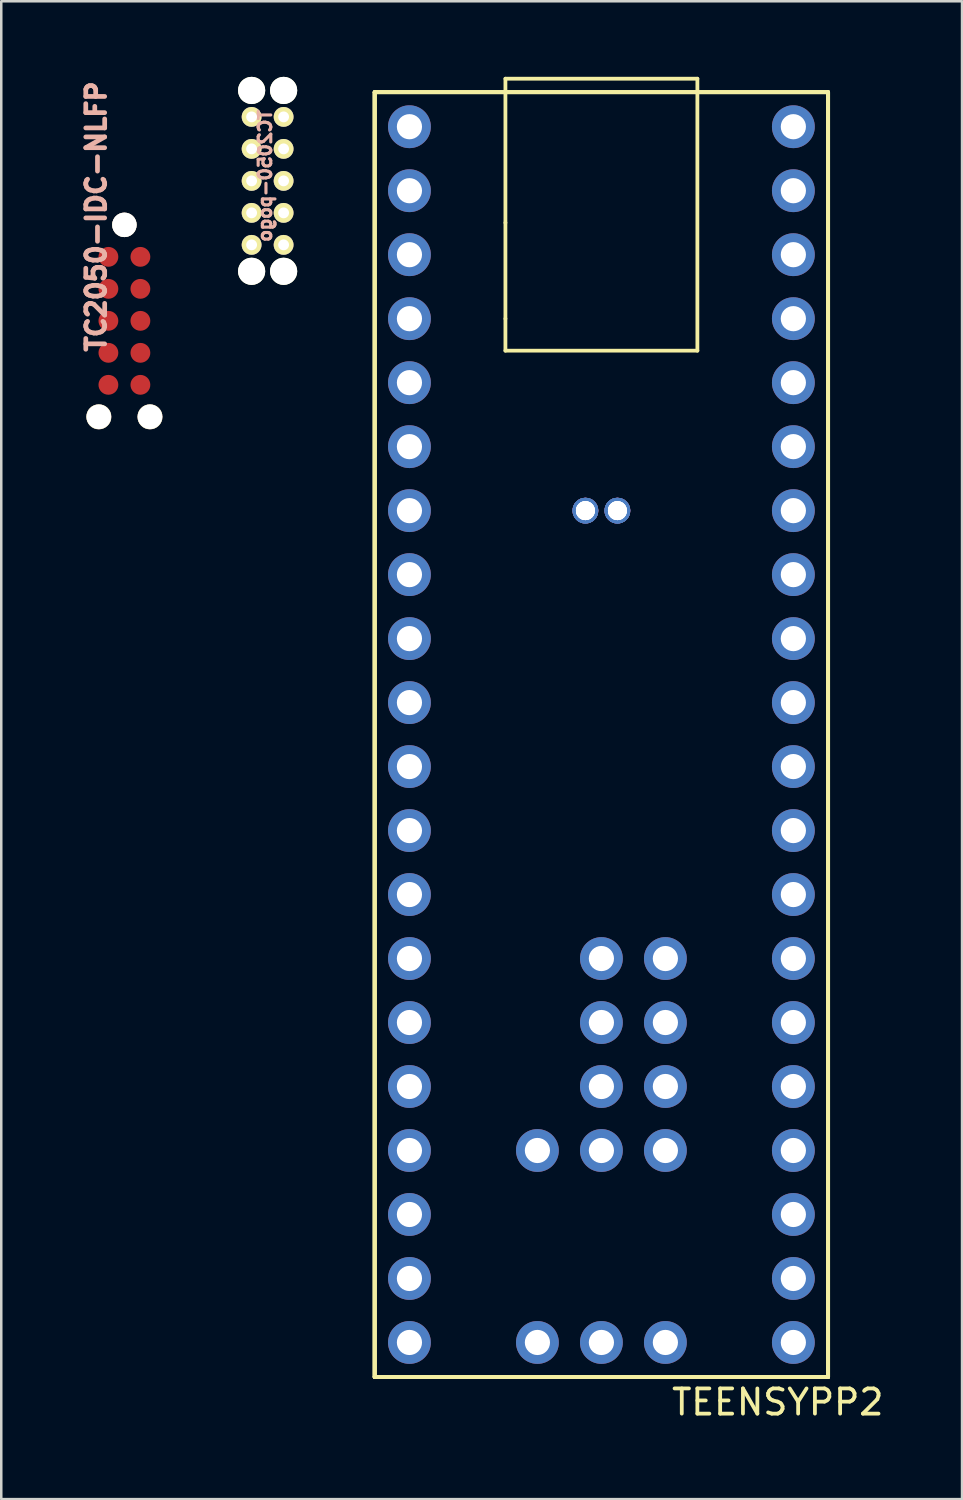
<source format=kicad_pcb>
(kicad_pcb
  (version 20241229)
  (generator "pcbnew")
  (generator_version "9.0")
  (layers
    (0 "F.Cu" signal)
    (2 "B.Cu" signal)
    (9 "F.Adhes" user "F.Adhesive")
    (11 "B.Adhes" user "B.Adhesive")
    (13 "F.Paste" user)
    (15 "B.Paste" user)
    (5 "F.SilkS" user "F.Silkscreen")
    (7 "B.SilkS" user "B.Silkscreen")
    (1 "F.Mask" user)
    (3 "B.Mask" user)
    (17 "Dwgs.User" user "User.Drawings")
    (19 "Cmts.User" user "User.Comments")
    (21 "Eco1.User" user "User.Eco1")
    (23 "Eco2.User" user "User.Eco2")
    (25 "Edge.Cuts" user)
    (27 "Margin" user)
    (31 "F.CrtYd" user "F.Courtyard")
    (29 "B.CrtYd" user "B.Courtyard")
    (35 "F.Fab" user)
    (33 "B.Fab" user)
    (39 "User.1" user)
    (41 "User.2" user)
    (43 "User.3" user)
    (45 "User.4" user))
  (footprint "TC2050-IDC-NLFP"
    (layer "F.Cu")
    (at 1.888 9.686)
    (property "Reference" "TC2050-IDC-NLFP" (at -1.12 -4.14 90) (layer "B.SilkS") (effects (font (size 0.75 0.75) (thickness 0.188))))
    (attr smd)
    (pad "" thru_hole circle (at -1.015 3.81) (size 0.991 0.991) (drill 0.97) (layers "*.Cu" "*.Mask" "F.SilkS"))
    (pad "" thru_hole circle (at 0 -3.81) (size 0.97 0.97) (drill 0.97) (layers "*.Cu" "*.Mask" "F.SilkS"))
    (pad "" thru_hole circle (at 1.015 3.81) (size 0.991 0.991) (drill 0.97) (layers "*.Cu" "*.Mask" "F.SilkS"))
    (pad "1" smd circle (at -0.635 -2.54) (size 0.787 0.787) (layers "F.Cu" "F.Mask"))
    (pad "2" smd circle (at -0.635 -1.27) (size 0.787 0.787) (layers "F.Cu" "F.Mask"))
    (pad "3" smd circle (at -0.635 0) (size 0.787 0.787) (layers "F.Cu" "F.Mask"))
    (pad "4" smd circle (at -0.635 1.27) (size 0.787 0.787) (layers "F.Cu" "F.Mask"))
    (pad "5" smd circle (at -0.635 2.54) (size 0.787 0.787) (layers "F.Cu" "F.Mask"))
    (pad "6" smd circle (at 0.635 2.54) (size 0.787 0.787) (layers "F.Cu" "F.Mask"))
    (pad "7" smd circle (at 0.635 1.27) (size 0.787 0.787) (layers "F.Cu" "F.Mask"))
    (pad "8" smd circle (at 0.635 0) (size 0.787 0.787) (layers "F.Cu" "F.Mask"))
    (pad "9" smd circle (at 0.635 -1.27) (size 0.787 0.787) (layers "F.Cu" "F.Mask"))
    (pad "10" smd circle (at 0.635 -2.54) (size 0.787 0.787) (layers "F.Cu" "F.Mask")))
  (footprint "TEENSYPP2"
    (layer "F.Cu")
    (at 20.823 26.11)
    (property "Reference" "TEENSYPP2" (at 7 26.5 0) (layer "F.SilkS") (effects (font (size 1 1) (thickness 0.15))))
    (attr through_hole)
    (fp_line (start -9 -25.5) (end -9 25.5) (stroke (width 0.15) (type solid)) (layer "F.SilkS"))
    (fp_line (start -9 -25.5) (end -9 25.5) (stroke (width 0.15) (type solid)) (layer "F.SilkS"))
    (fp_line (start -9 -25.5) (end -9 25.5) (stroke (width 0.15) (type solid)) (layer "F.SilkS"))
    (fp_line (start -9 -25.5) (end -9 25.5) (stroke (width 0.15) (type solid)) (layer "F.SilkS"))
    (fp_line (start -9 25.5) (end 9 25.5) (stroke (width 0.15) (type solid)) (layer "F.SilkS"))
    (fp_line (start -9 25.5) (end 9 25.5) (stroke (width 0.15) (type solid)) (layer "F.SilkS"))
    (fp_line (start -9 25.5) (end 9 25.5) (stroke (width 0.15) (type solid)) (layer "F.SilkS"))
    (fp_line (start -9 25.5) (end 9 25.5) (stroke (width 0.15) (type solid)) (layer "F.SilkS"))
    (fp_line (start -3.81 -26.035) (end -3.81 -20.32) (stroke (width 0.15) (type solid)) (layer "F.SilkS"))
    (fp_line (start -3.81 -26.035) (end 3.81 -26.035) (stroke (width 0.15) (type solid)) (layer "F.SilkS"))
    (fp_line (start -3.81 -20.32) (end -3.81 -16.51) (stroke (width 0.15) (type solid)) (layer "F.SilkS"))
    (fp_line (start -3.81 -16.51) (end -3.81 -15.24) (stroke (width 0.15) (type solid)) (layer "F.SilkS"))
    (fp_line (start -3.81 -15.24) (end 3.81 -15.24) (stroke (width 0.15) (type solid)) (layer "F.SilkS"))
    (fp_line (start 3.81 -15.24) (end 3.81 -26.035) (stroke (width 0.15) (type solid)) (layer "F.SilkS"))
    (fp_line (start 9 -25.5) (end -9 -25.5) (stroke (width 0.15) (type solid)) (layer "F.SilkS"))
    (fp_line (start 9 -25.5) (end -9 -25.5) (stroke (width 0.15) (type solid)) (layer "F.SilkS"))
    (fp_line (start 9 -25.5) (end -9 -25.5) (stroke (width 0.15) (type solid)) (layer "F.SilkS"))
    (fp_line (start 9 -25.5) (end -9 -25.5) (stroke (width 0.15) (type solid)) (layer "F.SilkS"))
    (fp_line (start 9 25.5) (end 9 -25.5) (stroke (width 0.15) (type solid)) (layer "F.SilkS"))
    (fp_line (start 9 25.5) (end 9 -25.5) (stroke (width 0.15) (type solid)) (layer "F.SilkS"))
    (fp_line (start 9 25.5) (end 9 -25.5) (stroke (width 0.15) (type solid)) (layer "F.SilkS"))
    (fp_line (start 9 25.5) (end 9 -25.5) (stroke (width 0.15) (type solid)) (layer "F.SilkS"))
    (pad "1" thru_hole circle (at -7.62 -24.13) (size 1.7 1.7) (drill 1) (layers "*.Cu" "*.Mask"))
    (pad "2" thru_hole circle (at -7.62 -21.59) (size 1.7 1.7) (drill 1) (layers "*.Cu" "*.Mask"))
    (pad "3" thru_hole circle (at -7.62 -19.05) (size 1.7 1.7) (drill 1) (layers "*.Cu" "*.Mask"))
    (pad "4" thru_hole circle (at -7.62 -16.51) (size 1.7 1.7) (drill 1) (layers "*.Cu" "*.Mask"))
    (pad "5" thru_hole circle (at -7.62 -13.97) (size 1.7 1.7) (drill 1) (layers "*.Cu" "*.Mask"))
    (pad "6" thru_hole circle (at -7.62 -11.43) (size 1.7 1.7) (drill 1) (layers "*.Cu" "*.Mask"))
    (pad "7" thru_hole circle (at -7.62 -8.89) (size 1.7 1.7) (drill 1) (layers "*.Cu" "*.Mask"))
    (pad "8" thru_hole circle (at -7.62 -6.35) (size 1.7 1.7) (drill 1) (layers "*.Cu" "*.Mask"))
    (pad "9" thru_hole circle (at -7.62 -3.81) (size 1.7 1.7) (drill 1) (layers "*.Cu" "*.Mask"))
    (pad "10" thru_hole circle (at -7.62 -1.27) (size 1.7 1.7) (drill 1) (layers "*.Cu" "*.Mask"))
    (pad "11" thru_hole circle (at -7.62 1.27) (size 1.7 1.7) (drill 1) (layers "*.Cu" "*.Mask"))
    (pad "12" thru_hole circle (at -7.62 3.81) (size 1.7 1.7) (drill 1) (layers "*.Cu" "*.Mask"))
    (pad "13" thru_hole circle (at -7.62 6.35) (size 1.7 1.7) (drill 1) (layers "*.Cu" "*.Mask"))
    (pad "14" thru_hole circle (at -7.62 8.89) (size 1.7 1.7) (drill 1) (layers "*.Cu" "*.Mask"))
    (pad "15" thru_hole circle (at -7.62 11.43) (size 1.7 1.7) (drill 1) (layers "*.Cu" "*.Mask"))
    (pad "16" thru_hole circle (at -7.62 13.97) (size 1.7 1.7) (drill 1) (layers "*.Cu" "*.Mask"))
    (pad "17" thru_hole circle (at -7.62 16.51) (size 1.7 1.7) (drill 1) (layers "*.Cu" "*.Mask"))
    (pad "18" thru_hole circle (at -7.62 19.05) (size 1.7 1.7) (drill 1) (layers "*.Cu" "*.Mask"))
    (pad "19" thru_hole circle (at -7.62 21.59) (size 1.7 1.7) (drill 1) (layers "*.Cu" "*.Mask"))
    (pad "20" thru_hole circle (at -7.62 24.13) (size 1.7 1.7) (drill 1) (layers "*.Cu" "*.Mask"))
    (pad "21" thru_hole circle (at -2.54 24.13) (size 1.7 1.7) (drill 1) (layers "*.Cu" "*.Mask"))
    (pad "22" thru_hole circle (at 0 24.13) (size 1.7 1.7) (drill 1) (layers "*.Cu" "*.Mask"))
    (pad "23" thru_hole circle (at 2.54 24.13) (size 1.7 1.7) (drill 1) (layers "*.Cu" "*.Mask"))
    (pad "24" thru_hole circle (at 0 8.89) (size 1.7 1.7) (drill 1) (layers "*.Cu" "*.Mask"))
    (pad "25" thru_hole circle (at 2.54 8.89) (size 1.7 1.7) (drill 1) (layers "*.Cu" "*.Mask"))
    (pad "26" thru_hole circle (at 0 11.43) (size 1.7 1.7) (drill 1) (layers "*.Cu" "*.Mask"))
    (pad "27" thru_hole circle (at 2.54 11.43) (size 1.7 1.7) (drill 1) (layers "*.Cu" "*.Mask"))
    (pad "28" thru_hole circle (at 0 13.97) (size 1.7 1.7) (drill 1) (layers "*.Cu" "*.Mask"))
    (pad "29" thru_hole circle (at 2.54 13.97) (size 1.7 1.7) (drill 1) (layers "*.Cu" "*.Mask"))
    (pad "30" thru_hole circle (at -2.54 16.51) (size 1.7 1.7) (drill 1) (layers "*.Cu" "*.Mask"))
    (pad "31" thru_hole circle (at 0 16.51) (size 1.7 1.7) (drill 1) (layers "*.Cu" "*.Mask"))
    (pad "32" thru_hole circle (at 2.54 16.51) (size 1.7 1.7) (drill 1) (layers "*.Cu" "*.Mask"))
    (pad "33" thru_hole circle (at 7.62 24.13) (size 1.7 1.7) (drill 1) (layers "*.Cu" "*.Mask"))
    (pad "34" thru_hole circle (at 7.62 21.59) (size 1.7 1.7) (drill 1) (layers "*.Cu" "*.Mask"))
    (pad "35" thru_hole circle (at 7.62 19.05) (size 1.7 1.7) (drill 1) (layers "*.Cu" "*.Mask"))
    (pad "36" thru_hole circle (at 7.62 16.51) (size 1.7 1.7) (drill 1) (layers "*.Cu" "*.Mask"))
    (pad "37" thru_hole circle (at 7.62 13.97) (size 1.7 1.7) (drill 1) (layers "*.Cu" "*.Mask"))
    (pad "38" thru_hole circle (at 7.62 11.43) (size 1.7 1.7) (drill 1) (layers "*.Cu" "*.Mask"))
    (pad "39" thru_hole circle (at 7.62 8.89) (size 1.7 1.7) (drill 1) (layers "*.Cu" "*.Mask"))
    (pad "40" thru_hole circle (at 7.62 6.35) (size 1.7 1.7) (drill 1) (layers "*.Cu" "*.Mask"))
    (pad "41" thru_hole circle (at 7.62 3.81) (size 1.7 1.7) (drill 1) (layers "*.Cu" "*.Mask"))
    (pad "42" thru_hole circle (at 7.62 1.27) (size 1.7 1.7) (drill 1) (layers "*.Cu" "*.Mask"))
    (pad "43" thru_hole circle (at 7.62 -1.27) (size 1.7 1.7) (drill 1) (layers "*.Cu" "*.Mask"))
    (pad "44" thru_hole circle (at 7.62 -3.81) (size 1.7 1.7) (drill 1) (layers "*.Cu" "*.Mask"))
    (pad "45" thru_hole circle (at 7.62 -6.35) (size 1.7 1.7) (drill 1) (layers "*.Cu" "*.Mask"))
    (pad "46" thru_hole circle (at 7.62 -8.89) (size 1.7 1.7) (drill 1) (layers "*.Cu" "*.Mask"))
    (pad "47" thru_hole circle (at 7.62 -11.43) (size 1.7 1.7) (drill 1) (layers "*.Cu" "*.Mask"))
    (pad "48" thru_hole circle (at 7.62 -13.97) (size 1.7 1.7) (drill 1) (layers "*.Cu" "*.Mask"))
    (pad "49" thru_hole circle (at 7.62 -16.51) (size 1.7 1.7) (drill 1) (layers "*.Cu" "*.Mask"))
    (pad "50" thru_hole circle (at 7.62 -19.05) (size 1.7 1.7) (drill 1) (layers "*.Cu" "*.Mask"))
    (pad "51" thru_hole circle (at 7.62 -21.59) (size 1.7 1.7) (drill 1) (layers "*.Cu" "*.Mask"))
    (pad "52" thru_hole circle (at 7.62 -24.13) (size 1.7 1.7) (drill 1) (layers "*.Cu" "*.Mask"))
    (pad "53" thru_hole circle (at 0.635 -8.89) (size 1.02 1.02) (drill 0.75) (layers "*.Cu" "*.Mask"))
    (pad "53" thru_hole circle (at 0.635 -8.89) (size 1.02 1.02) (drill 0.75) (layers "*.Cu" "*.Mask"))
    (pad "53" thru_hole circle (at 0.635 -8.89) (size 1.02 1.02) (drill 0.75) (layers "*.Cu" "*.Mask"))
    (pad "53" thru_hole circle (at 0.635 -8.89) (size 1.02 1.02) (drill 0.75) (layers "*.Cu" "*.Mask"))
    (pad "54" thru_hole circle (at -0.635 -8.89) (size 1.02 1.02) (drill 0.75) (layers "*.Cu" "*.Mask"))
    (pad "54" thru_hole circle (at -0.635 -8.89) (size 1.02 1.02) (drill 0.75) (layers "*.Cu" "*.Mask"))
    (pad "54" thru_hole circle (at -0.635 -8.89) (size 1.02 1.02) (drill 0.75) (layers "*.Cu" "*.Mask"))
    (pad "54" thru_hole circle (at -0.635 -8.89) (size 1.02 1.02) (drill 0.75) (layers "*.Cu" "*.Mask")))
  (footprint "TC2050-pogo"
    (layer "F.Cu")
    (at 7.573 4.13)
    (property "Reference" "TC2050-pogo" (at -0.1 -0.2 90) (layer "B.SilkS") (effects (font (size 0.5 0.5) (thickness 0.125)) (justify mirror)))
    (attr smd)
    (pad "" np_thru_hole circle (at -0.635 -3.59) (size 1.08 1.08) (drill 1.08) (layers "*.Cu" "*.Mask" "F.SilkS"))
    (pad "" np_thru_hole circle (at -0.635 3.59) (size 1.08 1.08) (drill 1.08) (layers "*.Cu" "*.Mask" "F.SilkS"))
    (pad "" np_thru_hole circle (at 0.635 -3.59) (size 1.08 1.08) (drill 1.08) (layers "*.Cu" "*.Mask" "F.SilkS"))
    (pad "" np_thru_hole circle (at 0.635 3.59) (size 1.08 1.08) (drill 1.08) (layers "*.Cu" "*.Mask" "F.SilkS"))
    (pad "1" thru_hole circle (at -0.635 -2.54) (size 0.787 0.787) (drill 0.43) (layers "*.Cu" "*.Mask" "F.SilkS"))
    (pad "2" thru_hole circle (at -0.635 -1.27) (size 0.787 0.787) (drill 0.43) (layers "*.Cu" "*.Mask" "F.SilkS"))
    (pad "3" thru_hole circle (at -0.635 0) (size 0.787 0.787) (drill 0.43) (layers "*.Cu" "*.Mask" "F.SilkS"))
    (pad "4" thru_hole circle (at -0.635 1.27) (size 0.787 0.787) (drill 0.43) (layers "*.Cu" "*.Mask" "F.SilkS"))
    (pad "5" thru_hole circle (at -0.635 2.54) (size 0.787 0.787) (drill 0.43) (layers "*.Cu" "*.Mask" "F.SilkS"))
    (pad "6" thru_hole circle (at 0.635 2.54) (size 0.787 0.787) (drill 0.43) (layers "*.Cu" "*.Mask" "F.SilkS"))
    (pad "7" thru_hole circle (at 0.635 1.27) (size 0.787 0.787) (drill 0.43) (layers "*.Cu" "*.Mask" "F.SilkS"))
    (pad "8" thru_hole circle (at 0.635 0) (size 0.787 0.787) (drill 0.43) (layers "*.Cu" "*.Mask" "F.SilkS"))
    (pad "9" thru_hole circle (at 0.635 -1.27) (size 0.787 0.787) (drill 0.43) (layers "*.Cu" "*.Mask" "F.SilkS"))
    (pad "10" thru_hole circle (at 0.635 -2.54) (size 0.787 0.787) (drill 0.43) (layers "*.Cu" "*.Mask" "F.SilkS")))
  (gr_rect
    (start -3 -3)
    (end 35.139 56.458)
    (stroke (width 0.1) (type default))
    (fill no)
    (layer "Edge.Cuts")))
</source>
